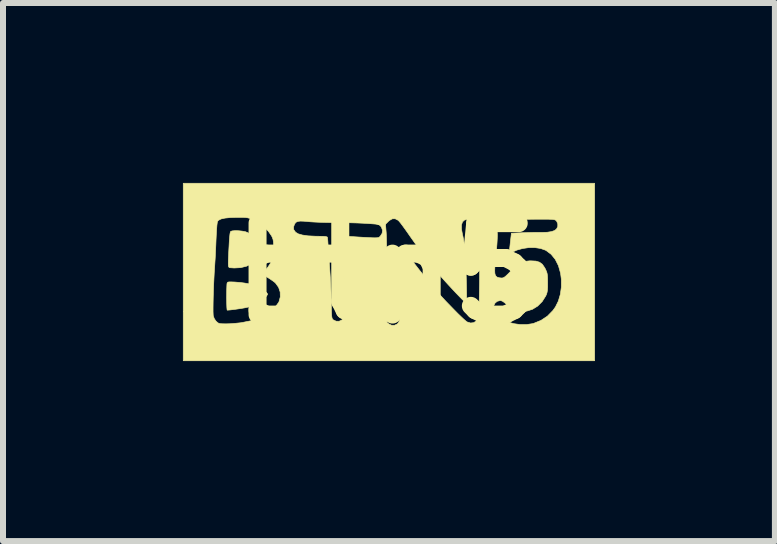
<source format=kicad_pcb>
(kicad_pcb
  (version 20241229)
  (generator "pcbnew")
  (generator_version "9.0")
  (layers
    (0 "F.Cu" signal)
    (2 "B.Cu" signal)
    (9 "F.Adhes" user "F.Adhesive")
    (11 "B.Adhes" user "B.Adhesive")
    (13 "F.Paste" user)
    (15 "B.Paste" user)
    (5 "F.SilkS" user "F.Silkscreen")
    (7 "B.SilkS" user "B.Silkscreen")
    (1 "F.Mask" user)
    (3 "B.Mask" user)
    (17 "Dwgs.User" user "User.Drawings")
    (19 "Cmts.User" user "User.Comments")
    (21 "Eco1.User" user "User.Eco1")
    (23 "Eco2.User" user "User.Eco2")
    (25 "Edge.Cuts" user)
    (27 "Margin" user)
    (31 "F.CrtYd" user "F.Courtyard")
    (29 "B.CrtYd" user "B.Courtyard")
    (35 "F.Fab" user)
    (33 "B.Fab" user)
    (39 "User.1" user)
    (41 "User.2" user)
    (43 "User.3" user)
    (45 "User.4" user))
  (footprint "btn5"
    (layer "F.Cu")
    (at 3.421 1.505)
    (property "Reference" "btn5" (at 0 0 0) (layer "F.SilkS") (effects (font (size 1.524 1.524) (thickness 0.3))))
    (attr through_hole)
    (fp_poly (pts (xy -2.492 -0.708) (xy -2.434 -0.702) (xy -2.382 -0.692) (xy -2.374 -0.69) (xy -2.299 -0.657) (xy -2.228 -0.609) (xy -2.171 -0.552) (xy -2.16 -0.537) (xy -2.137 -0.48) (xy -2.129 -0.412) (xy -2.139 -0.34) (xy -2.158 -0.286) (xy -2.206 -0.215) (xy -2.275 -0.159) (xy -2.361 -0.117) (xy -2.459 -0.093) (xy -2.567 -0.087) (xy -2.609 -0.09) (xy -2.628 -0.091) (xy -2.642 -0.092) (xy -2.652 -0.097) (xy -2.66 -0.109) (xy -2.664 -0.13) (xy -2.665 -0.164) (xy -2.664 -0.213) (xy -2.661 -0.281) (xy -2.657 -0.371) (xy -2.653 -0.441) (xy -2.648 -0.537) (xy -2.642 -0.608) (xy -2.637 -0.657) (xy -2.63 -0.687) (xy -2.623 -0.698) (xy -2.595 -0.706) (xy -2.548 -0.71) (xy -2.492 -0.708)) (stroke (width 0.01) (type solid)) (fill yes) (layer "F.SilkS"))
    (fp_poly (pts (xy -2.56 0.147) (xy -2.534 0.149) (xy -2.464 0.155) (xy -2.394 0.164) (xy -2.335 0.174) (xy -2.31 0.18) (xy -2.242 0.203) (xy -2.175 0.232) (xy -2.114 0.263) (xy -2.062 0.295) (xy -2.026 0.323) (xy -2.01 0.347) (xy -2.009 0.351) (xy -2.018 0.366) (xy -2.039 0.394) (xy -2.056 0.413) (xy -2.117 0.466) (xy -2.196 0.513) (xy -2.287 0.551) (xy -2.344 0.567) (xy -2.389 0.577) (xy -2.448 0.587) (xy -2.515 0.597) (xy -2.581 0.606) (xy -2.639 0.613) (xy -2.679 0.616) (xy -2.683 0.616) (xy -2.686 0.604) (xy -2.689 0.569) (xy -2.691 0.516) (xy -2.692 0.45) (xy -2.693 0.405) (xy -2.692 0.331) (xy -2.691 0.264) (xy -2.689 0.211) (xy -2.687 0.177) (xy -2.685 0.167) (xy -2.68 0.156) (xy -2.67 0.148) (xy -2.65 0.145) (xy -2.615 0.145) (xy -2.56 0.147)) (stroke (width 0.01) (type solid)) (fill yes) (layer "F.SilkS"))
    (fp_poly (pts (xy 3.443 1.46) (xy -3.416 1.46) (xy -3.416 0.575) (xy -2.919 0.575) (xy -2.919 0.643) (xy -2.917 0.691) (xy -2.915 0.713) (xy -2.898 0.758) (xy -2.869 0.8) (xy -2.865 0.803) (xy -2.845 0.822) (xy -2.825 0.834) (xy -2.8 0.841) (xy -2.763 0.843) (xy -2.705 0.844) (xy -2.702 0.844) (xy -2.63 0.842) (xy -2.546 0.835) (xy -2.466 0.827) (xy -2.445 0.824) (xy -2.285 0.792) (xy -2.148 0.748) (xy -2.075 0.716) (xy -2.023 0.683) (xy -1.965 0.638) (xy -1.909 0.587) (xy -1.861 0.535) (xy -1.827 0.489) (xy -1.82 0.476) (xy -1.798 0.395) (xy -1.8 0.314) (xy -1.826 0.236) (xy -1.875 0.168) (xy -1.884 0.158) (xy -1.913 0.135) (xy -1.956 0.105) (xy -2.004 0.074) (xy -2.05 0.046) (xy -2.085 0.027) (xy -2.095 0.023) (xy -2.094 0.011) (xy -2.078 -0.014) (xy -2.049 -0.048) (xy -2.045 -0.052) (xy -2.005 -0.101) (xy -1.967 -0.158) (xy -1.945 -0.198) (xy -1.928 -0.237) (xy -1.918 -0.272) (xy -1.912 -0.312) (xy -1.91 -0.365) (xy -1.909 -0.415) (xy -1.91 -0.481) (xy -1.913 -0.528) (xy -1.919 -0.563) (xy -1.93 -0.594) (xy -1.944 -0.623) (xy -1.997 -0.699) (xy -2.064 -0.767) (xy -1.579 -0.767) (xy -1.573 -0.725) (xy -1.544 -0.685) (xy -1.544 -0.684) (xy -1.5 -0.657) (xy -1.431 -0.637) (xy -1.337 -0.623) (xy -1.217 -0.617) (xy -1.158 -0.616) (xy -1.088 -0.615) (xy -1.043 -0.612) (xy -1.018 -0.605) (xy -1.013 -0.599) (xy -1.01 -0.581) (xy -1.006 -0.541) (xy -1.002 -0.483) (xy -0.997 -0.413) (xy -0.992 -0.348) (xy -0.986 -0.253) (xy -0.979 -0.149) (xy -0.972 -0.047) (xy -0.966 0.043) (xy -0.964 0.074) (xy -0.959 0.154) (xy -0.955 0.251) (xy -0.951 0.355) (xy -0.948 0.457) (xy -0.947 0.507) (xy -0.946 0.594) (xy -0.944 0.658) (xy -0.942 0.704) (xy -0.938 0.734) (xy -0.933 0.754) (xy -0.925 0.767) (xy -0.915 0.777) (xy -0.912 0.779) (xy -0.867 0.8) (xy -0.818 0.801) (xy -0.774 0.781) (xy -0.766 0.772) (xy -0.741 0.737) (xy -0.723 0.695) (xy -0.719 0.665) (xy -0.717 0.611) (xy -0.718 0.534) (xy -0.72 0.437) (xy -0.725 0.323) (xy -0.731 0.194) (xy -0.74 0.052) (xy -0.75 -0.101) (xy -0.757 -0.208) (xy -0.763 -0.295) (xy -0.769 -0.378) (xy -0.773 -0.452) (xy -0.776 -0.51) (xy -0.777 -0.547) (xy -0.777 -0.548) (xy -0.777 -0.62) (xy -0.626 -0.612) (xy -0.503 -0.604) (xy -0.404 -0.598) (xy -0.326 -0.594) (xy -0.266 -0.591) (xy -0.222 -0.59) (xy -0.191 -0.591) (xy -0.169 -0.593) (xy -0.155 -0.597) (xy -0.146 -0.603) (xy -0.138 -0.611) (xy -0.129 -0.62) (xy -0.1 -0.666) (xy -0.094 -0.718) (xy -0.113 -0.768) (xy -0.124 -0.783) (xy -0.137 -0.796) (xy -0.152 -0.806) (xy -0.174 -0.813) (xy -0.192 -0.816) (xy -0.044 -0.816) (xy -0.032 -0.673) (xy -0.03 -0.63) (xy -0.028 -0.565) (xy -0.026 -0.479) (xy -0.024 -0.376) (xy -0.022 -0.259) (xy -0.021 -0.133) (xy -0.021 0.001) (xy -0.02 0.139) (xy -0.02 0.145) (xy -0.02 0.82) (xy 0.012 0.845) (xy 0.056 0.867) (xy 0.105 0.868) (xy 0.148 0.849) (xy 0.158 0.841) (xy 0.17 0.825) (xy 0.181 0.806) (xy 0.19 0.781) (xy 0.197 0.747) (xy 0.203 0.704) (xy 0.207 0.647) (xy 0.21 0.575) (xy 0.212 0.485) (xy 0.213 0.375) (xy 0.214 0.243) (xy 0.214 0.116) (xy 0.214 -0.457) (xy 0.317 -0.319) (xy 0.412 -0.194) (xy 0.515 -0.061) (xy 0.621 0.072) (xy 0.723 0.196) (xy 0.788 0.275) (xy 0.839 0.333) (xy 0.898 0.398) (xy 0.963 0.468) (xy 1.031 0.538) (xy 1.098 0.607) (xy 1.161 0.671) (xy 1.218 0.726) (xy 1.265 0.77) (xy 1.3 0.8) (xy 1.316 0.812) (xy 1.374 0.83) (xy 1.427 0.824) (xy 1.47 0.794) (xy 1.499 0.743) (xy 1.503 0.73) (xy 1.507 0.701) (xy 1.511 0.648) (xy 1.515 0.576) (xy 1.516 0.541) (xy 1.761 0.541) (xy 1.762 0.587) (xy 1.78 0.627) (xy 1.814 0.674) (xy 1.857 0.722) (xy 1.902 0.762) (xy 1.916 0.772) (xy 1.998 0.813) (xy 2.095 0.841) (xy 2.201 0.856) (xy 2.308 0.856) (xy 2.407 0.841) (xy 2.426 0.836) (xy 2.549 0.786) (xy 2.656 0.715) (xy 2.746 0.623) (xy 2.789 0.563) (xy 2.837 0.466) (xy 2.871 0.352) (xy 2.888 0.23) (xy 2.888 0.104) (xy 2.875 0.001) (xy 2.839 -0.126) (xy 2.786 -0.231) (xy 2.718 -0.315) (xy 2.634 -0.378) (xy 2.62 -0.385) (xy 2.541 -0.413) (xy 2.447 -0.427) (xy 2.345 -0.427) (xy 2.242 -0.412) (xy 2.145 -0.385) (xy 2.079 -0.355) (xy 2.045 -0.336) (xy 2.022 -0.324) (xy 2.018 -0.322) (xy 2.018 -0.334) (xy 2.022 -0.368) (xy 2.027 -0.419) (xy 2.034 -0.482) (xy 2.035 -0.494) (xy 2.055 -0.667) (xy 2.243 -0.675) (xy 2.326 -0.678) (xy 2.413 -0.68) (xy 2.494 -0.681) (xy 2.558 -0.68) (xy 2.559 -0.68) (xy 2.653 -0.683) (xy 2.725 -0.694) (xy 2.777 -0.713) (xy 2.807 -0.737) (xy 2.828 -0.778) (xy 2.828 -0.825) (xy 2.809 -0.867) (xy 2.803 -0.874) (xy 2.794 -0.882) (xy 2.785 -0.888) (xy 2.771 -0.892) (xy 2.75 -0.896) (xy 2.719 -0.898) (xy 2.675 -0.9) (xy 2.616 -0.9) (xy 2.539 -0.9) (xy 2.441 -0.9) (xy 2.318 -0.899) (xy 2.308 -0.899) (xy 2.199 -0.898) (xy 2.097 -0.896) (xy 2.006 -0.894) (xy 1.93 -0.891) (xy 1.871 -0.889) (xy 1.834 -0.886) (xy 1.821 -0.883) (xy 1.796 -0.861) (xy 1.79 -0.827) (xy 1.802 -0.777) (xy 1.802 -0.776) (xy 1.812 -0.74) (xy 1.818 -0.696) (xy 1.821 -0.641) (xy 1.819 -0.572) (xy 1.814 -0.486) (xy 1.805 -0.378) (xy 1.795 -0.279) (xy 1.785 -0.178) (xy 1.779 -0.1) (xy 1.777 -0.042) (xy 1.779 0.000253) (xy 1.786 0.029) (xy 1.798 0.049) (xy 1.814 0.063) (xy 1.82 0.066) (xy 1.853 0.076) (xy 1.891 0.08) (xy 1.912 0.078) (xy 1.935 0.068) (xy 1.962 0.047) (xy 1.998 0.013) (xy 2.043 -0.033) (xy 2.111 -0.1) (xy 2.171 -0.148) (xy 2.228 -0.18) (xy 2.288 -0.198) (xy 2.356 -0.206) (xy 2.385 -0.206) (xy 2.463 -0.202) (xy 2.523 -0.184) (xy 2.57 -0.15) (xy 2.608 -0.095) (xy 2.622 -0.07) (xy 2.638 -0.034) (xy 2.649 -0.002) (xy 2.655 0.033) (xy 2.658 0.078) (xy 2.659 0.141) (xy 2.659 0.161) (xy 2.659 0.231) (xy 2.656 0.281) (xy 2.65 0.318) (xy 2.641 0.349) (xy 2.628 0.378) (xy 2.568 0.473) (xy 2.493 0.548) (xy 2.407 0.601) (xy 2.311 0.632) (xy 2.209 0.638) (xy 2.149 0.629) (xy 2.106 0.618) (xy 2.071 0.603) (xy 2.036 0.577) (xy 1.991 0.536) (xy 1.989 0.534) (xy 1.942 0.492) (xy 1.907 0.467) (xy 1.879 0.457) (xy 1.868 0.456) (xy 1.819 0.468) (xy 1.782 0.499) (xy 1.761 0.541) (xy 1.516 0.541) (xy 1.518 0.488) (xy 1.52 0.387) (xy 1.522 0.277) (xy 1.524 0.161) (xy 1.525 0.044) (xy 1.525 -0.072) (xy 1.524 -0.183) (xy 1.523 -0.285) (xy 1.521 -0.374) (xy 1.519 -0.448) (xy 1.515 -0.503) (xy 1.515 -0.513) (xy 1.497 -0.638) (xy 1.474 -0.737) (xy 1.444 -0.812) (xy 1.407 -0.863) (xy 1.363 -0.891) (xy 1.325 -0.898) (xy 1.274 -0.887) (xy 1.24 -0.857) (xy 1.223 -0.806) (xy 1.223 -0.735) (xy 1.24 -0.642) (xy 1.246 -0.619) (xy 1.26 -0.548) (xy 1.273 -0.453) (xy 1.284 -0.332) (xy 1.293 -0.186) (xy 1.3 -0.013) (xy 1.305 0.184) (xy 1.307 0.283) (xy 1.308 0.359) (xy 1.308 0.413) (xy 1.307 0.45) (xy 1.305 0.472) (xy 1.301 0.483) (xy 1.295 0.486) (xy 1.287 0.483) (xy 1.287 0.483) (xy 1.267 0.467) (xy 1.233 0.435) (xy 1.188 0.389) (xy 1.133 0.332) (xy 1.073 0.268) (xy 1.01 0.2) (xy 0.947 0.131) (xy 0.887 0.064) (xy 0.833 0.002) (xy 0.809 -0.027) (xy 0.67 -0.2) (xy 0.522 -0.396) (xy 0.369 -0.611) (xy 0.331 -0.666) (xy 0.285 -0.731) (xy 0.242 -0.79) (xy 0.206 -0.838) (xy 0.178 -0.871) (xy 0.165 -0.883) (xy 0.117 -0.908) (xy 0.069 -0.907) (xy 0.019 -0.878) (xy 0.003 -0.863) (xy -0.044 -0.816) (xy -0.192 -0.816) (xy -0.207 -0.819) (xy -0.257 -0.823) (xy -0.327 -0.828) (xy -0.355 -0.83) (xy -0.431 -0.834) (xy -0.526 -0.838) (xy -0.632 -0.841) (xy -0.742 -0.843) (xy -0.849 -0.844) (xy -0.87 -0.844) (xy -0.97 -0.845) (xy -1.07 -0.847) (xy -1.164 -0.85) (xy -1.246 -0.854) (xy -1.309 -0.858) (xy -1.326 -0.86) (xy -1.406 -0.867) (xy -1.465 -0.869) (xy -1.507 -0.863) (xy -1.535 -0.85) (xy -1.554 -0.828) (xy -1.56 -0.818) (xy -1.579 -0.767) (xy -2.064 -0.767) (xy -2.069 -0.773) (xy -2.156 -0.838) (xy -2.234 -0.881) (xy -2.277 -0.902) (xy -2.311 -0.915) (xy -2.343 -0.924) (xy -2.38 -0.929) (xy -2.428 -0.931) (xy -2.495 -0.931) (xy -2.512 -0.931) (xy -2.629 -0.928) (xy -2.72 -0.919) (xy -2.787 -0.904) (xy -2.829 -0.882) (xy -2.843 -0.866) (xy -2.849 -0.843) (xy -2.855 -0.795) (xy -2.86 -0.728) (xy -2.865 -0.644) (xy -2.869 -0.563) (xy -2.873 -0.463) (xy -2.878 -0.358) (xy -2.883 -0.255) (xy -2.889 -0.163) (xy -2.893 -0.1) (xy -2.899 -0.011) (xy -2.904 0.087) (xy -2.909 0.191) (xy -2.913 0.295) (xy -2.916 0.397) (xy -2.918 0.491) (xy -2.919 0.575) (xy -3.416 0.575) (xy -3.416 -1.5) (xy 3.443 -1.5) (xy 3.443 1.46)) (stroke (width 0.01) (type solid)) (fill yes) (layer "F.SilkS")))
  (gr_rect
    (start -3 -3)
    (end 9.869 5.971)
    (stroke (width 0.1) (type default))
    (fill no)
    (layer "Edge.Cuts")))
</source>
